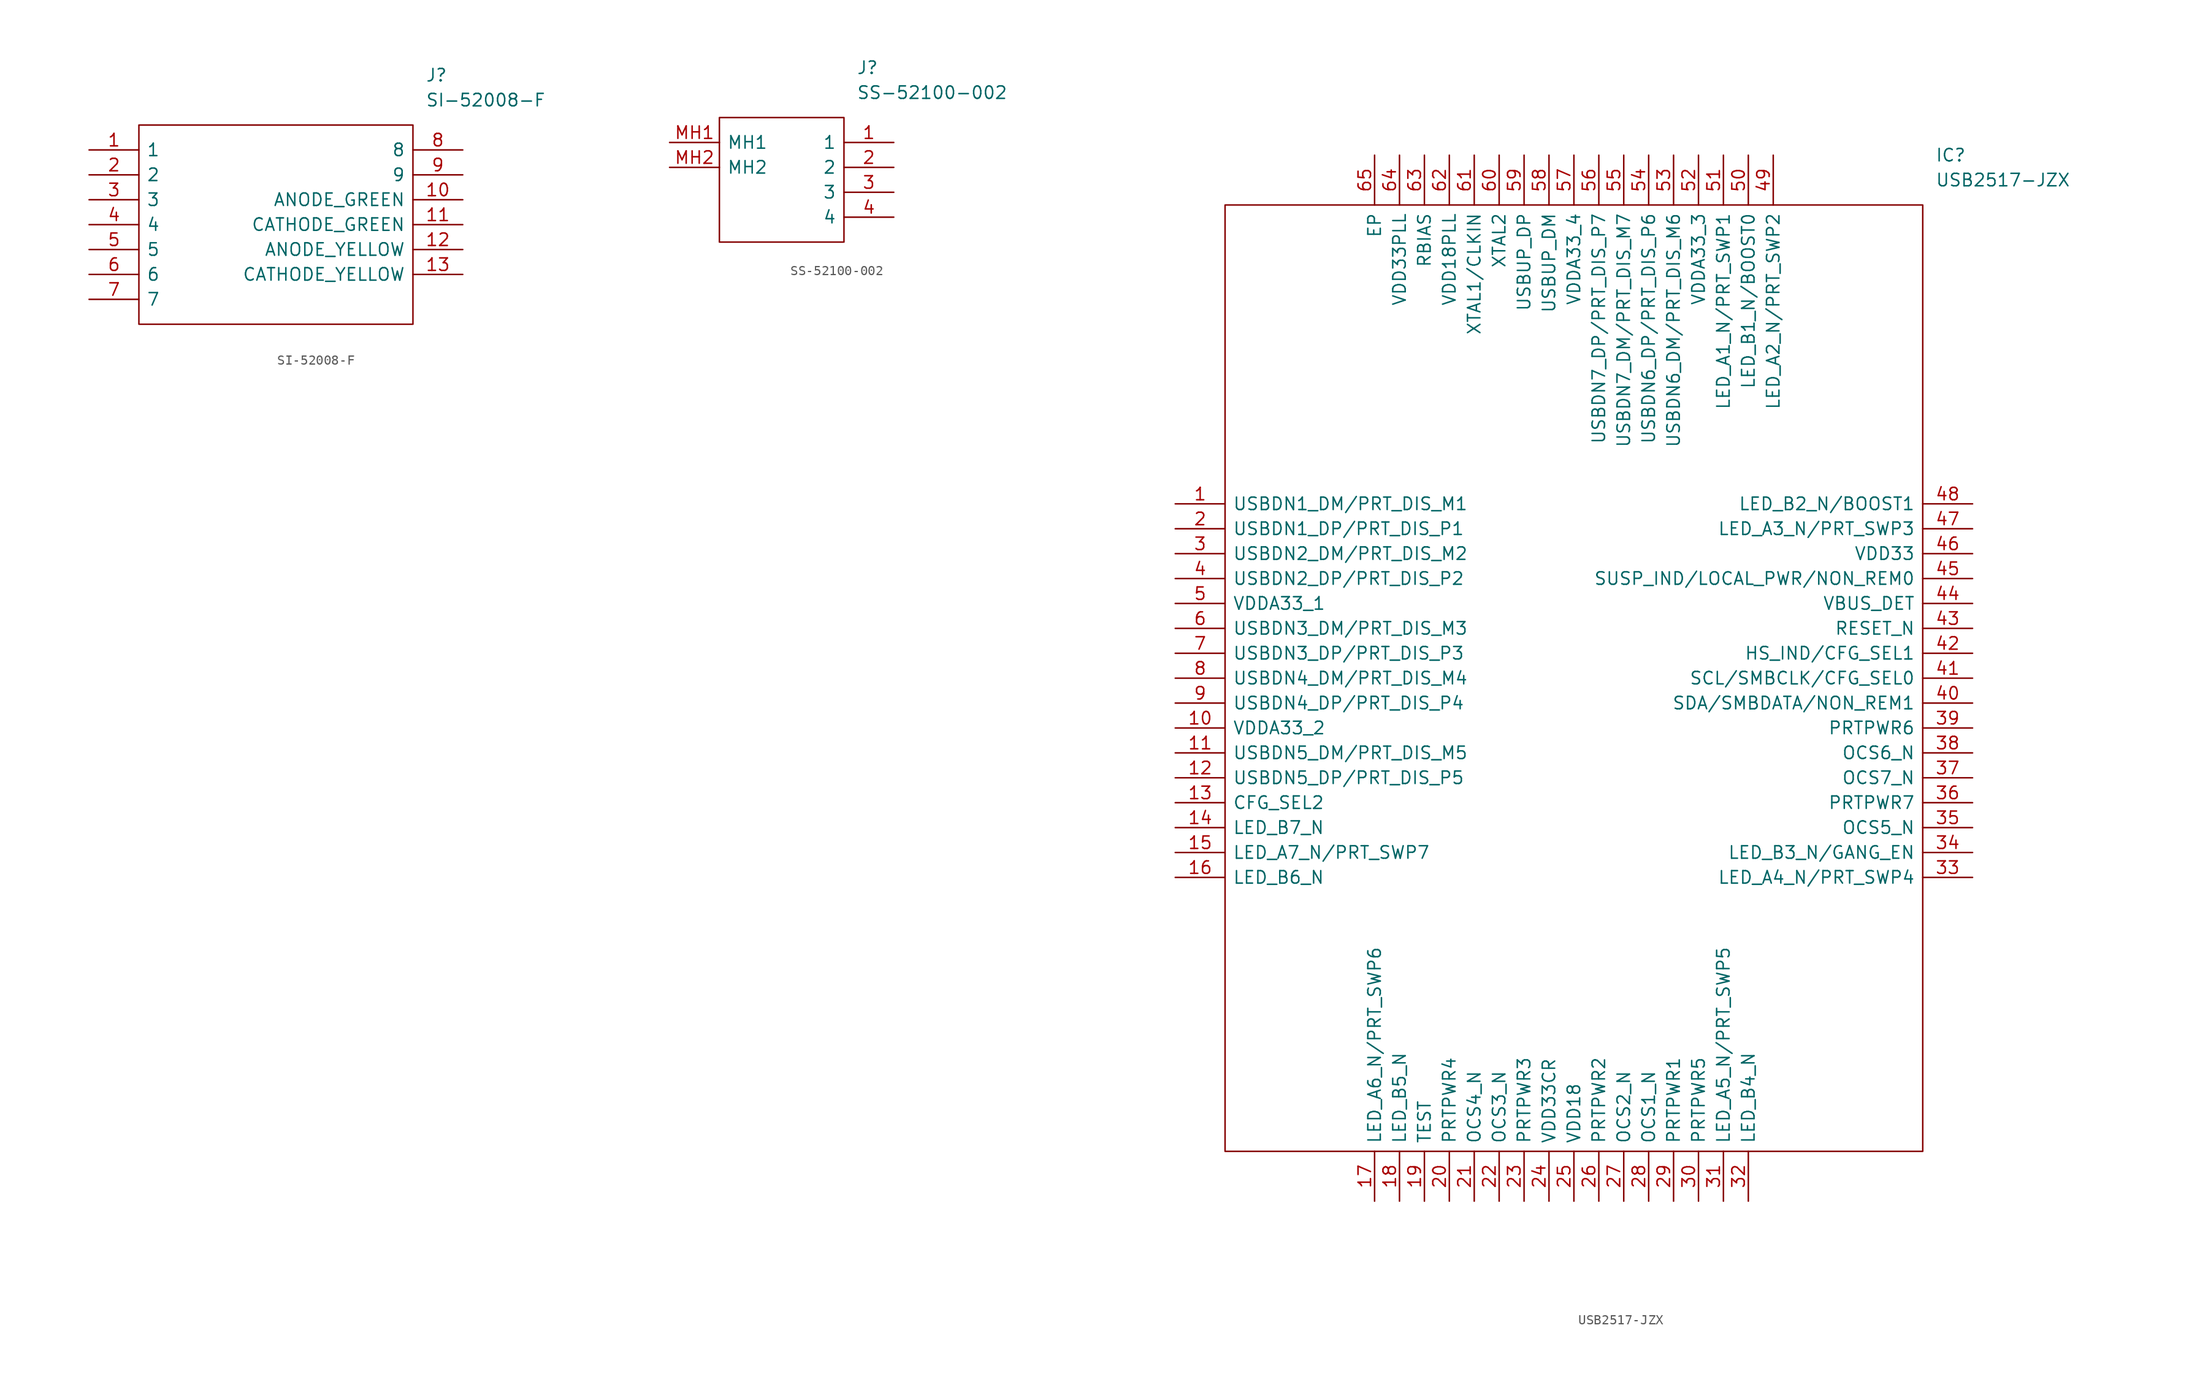
<source format=kicad_sym>
(kicad_symbol_lib
  (version 20201005)
  (generator kicad_symbol_editor)
  (symbol "CM4_MATX:SI-52008-F"
    (pin_names
      (offset 0.762))
    (property "Reference" "J"
      (at 34.29 7.62 0)
      (effects (font (size 1.27 1.27)) (justify left)))
    (property "Value" "SI-52008-F"
      (at 34.29 5.08 0)
      (effects (font (size 1.27 1.27)) (justify left)))
    (symbol "SI-52008-F_0_1"
      (polyline (pts (xy 5.08 2.54) (xy 33.02 2.54) (xy 33.02 -17.78) (xy 5.08 -17.78) (xy 5.08 2.54)) (stroke (width 0.152)) (fill (type none))))
    (symbol "SI-52008-F_0_0"
      (pin passive line (at 0 0 0) (length 5.08) (name "1" (effects (font (size 1.27 1.27)))) (number "1" (effects (font (size 1.27 1.27)))))
      (pin passive line (at 0 -2.54 0) (length 5.08) (name "2" (effects (font (size 1.27 1.27)))) (number "2" (effects (font (size 1.27 1.27)))))
      (pin passive line (at 0 -5.08 0) (length 5.08) (name "3" (effects (font (size 1.27 1.27)))) (number "3" (effects (font (size 1.27 1.27)))))
      (pin passive line (at 0 -7.62 0) (length 5.08) (name "4" (effects (font (size 1.27 1.27)))) (number "4" (effects (font (size 1.27 1.27)))))
      (pin passive line (at 0 -10.16 0) (length 5.08) (name "5" (effects (font (size 1.27 1.27)))) (number "5" (effects (font (size 1.27 1.27)))))
      (pin passive line (at 0 -12.7 0) (length 5.08) (name "6" (effects (font (size 1.27 1.27)))) (number "6" (effects (font (size 1.27 1.27)))))
      (pin passive line (at 0 -15.24 0) (length 5.08) (name "7" (effects (font (size 1.27 1.27)))) (number "7" (effects (font (size 1.27 1.27)))))
      (pin passive line (at 38.1 0 180) (length 5.08) (name "8" (effects (font (size 1.27 1.27)))) (number "8" (effects (font (size 1.27 1.27)))))
      (pin passive line (at 38.1 -2.54 180) (length 5.08) (name "9" (effects (font (size 1.27 1.27)))) (number "9" (effects (font (size 1.27 1.27)))))
      (pin passive line (at 38.1 -5.08 180) (length 5.08) (name "ANODE_GREEN" (effects (font (size 1.27 1.27)))) (number "10" (effects (font (size 1.27 1.27)))))
      (pin passive line (at 38.1 -7.62 180) (length 5.08) (name "CATHODE_GREEN" (effects (font (size 1.27 1.27)))) (number "11" (effects (font (size 1.27 1.27)))))
      (pin passive line (at 38.1 -10.16 180) (length 5.08) (name "ANODE_YELLOW" (effects (font (size 1.27 1.27)))) (number "12" (effects (font (size 1.27 1.27)))))
      (pin passive line (at 38.1 -12.7 180) (length 5.08) (name "CATHODE_YELLOW" (effects (font (size 1.27 1.27)))) (number "13" (effects (font (size 1.27 1.27)))))))
  (symbol "CM4_MATX:SS-52100-002"
    (pin_names
      (offset 0.762))
    (property "Reference" "J"
      (at 19.05 7.62 0)
      (effects (font (size 1.27 1.27)) (justify left)))
    (property "Value" "SS-52100-002"
      (at 19.05 5.08 0)
      (effects (font (size 1.27 1.27)) (justify left)))
    (symbol "SS-52100-002_0_1"
      (polyline (pts (xy 5.08 2.54) (xy 17.78 2.54) (xy 17.78 -10.16) (xy 5.08 -10.16) (xy 5.08 2.54)) (stroke (width 0.152)) (fill (type none))))
    (symbol "SS-52100-002_0_0"
      (pin passive line (at 22.86 0 180) (length 5.08) (name "1" (effects (font (size 1.27 1.27)))) (number "1" (effects (font (size 1.27 1.27)))))
      (pin passive line (at 22.86 -2.54 180) (length 5.08) (name "2" (effects (font (size 1.27 1.27)))) (number "2" (effects (font (size 1.27 1.27)))))
      (pin passive line (at 22.86 -5.08 180) (length 5.08) (name "3" (effects (font (size 1.27 1.27)))) (number "3" (effects (font (size 1.27 1.27)))))
      (pin passive line (at 22.86 -7.62 180) (length 5.08) (name "4" (effects (font (size 1.27 1.27)))) (number "4" (effects (font (size 1.27 1.27)))))
      (pin passive line (at 0 0 0) (length 5.08) (name "MH1" (effects (font (size 1.27 1.27)))) (number "MH1" (effects (font (size 1.27 1.27)))))
      (pin passive line (at 0 -2.54 0) (length 5.08) (name "MH2" (effects (font (size 1.27 1.27)))) (number "MH2" (effects (font (size 1.27 1.27)))))))
  (symbol "CM4_MATX:USB2517-JZX"
    (pin_names
      (offset 0.762))
    (property "Reference" "IC"
      (at 77.47 35.56 0)
      (effects (font (size 1.27 1.27)) (justify left)))
    (property "Value" "USB2517-JZX"
      (at 77.47 33.02 0)
      (effects (font (size 1.27 1.27)) (justify left)))
    (symbol "USB2517-JZX_0_1"
      (polyline (pts (xy 5.08 30.48) (xy 76.2 30.48) (xy 76.2 -66.04) (xy 5.08 -66.04) (xy 5.08 30.48)) (stroke (width 0.152)) (fill (type none))))
    (symbol "USB2517-JZX_0_0"
      (pin passive line (at 0 0 0) (length 5.08) (name "USBDN1_DM/PRT_DIS_M1" (effects (font (size 1.27 1.27)))) (number "1" (effects (font (size 1.27 1.27)))))
      (pin passive line (at 0 -2.54 0) (length 5.08) (name "USBDN1_DP/PRT_DIS_P1" (effects (font (size 1.27 1.27)))) (number "2" (effects (font (size 1.27 1.27)))))
      (pin passive line (at 0 -5.08 0) (length 5.08) (name "USBDN2_DM/PRT_DIS_M2" (effects (font (size 1.27 1.27)))) (number "3" (effects (font (size 1.27 1.27)))))
      (pin passive line (at 0 -7.62 0) (length 5.08) (name "USBDN2_DP/PRT_DIS_P2" (effects (font (size 1.27 1.27)))) (number "4" (effects (font (size 1.27 1.27)))))
      (pin power_in line (at 0 -10.16 0) (length 5.08) (name "VDDA33_1" (effects (font (size 1.27 1.27)))) (number "5" (effects (font (size 1.27 1.27)))))
      (pin passive line (at 0 -12.7 0) (length 5.08) (name "USBDN3_DM/PRT_DIS_M3" (effects (font (size 1.27 1.27)))) (number "6" (effects (font (size 1.27 1.27)))))
      (pin passive line (at 0 -15.24 0) (length 5.08) (name "USBDN3_DP/PRT_DIS_P3" (effects (font (size 1.27 1.27)))) (number "7" (effects (font (size 1.27 1.27)))))
      (pin passive line (at 0 -17.78 0) (length 5.08) (name "USBDN4_DM/PRT_DIS_M4" (effects (font (size 1.27 1.27)))) (number "8" (effects (font (size 1.27 1.27)))))
      (pin passive line (at 0 -20.32 0) (length 5.08) (name "USBDN4_DP/PRT_DIS_P4" (effects (font (size 1.27 1.27)))) (number "9" (effects (font (size 1.27 1.27)))))
      (pin power_in line (at 0 -22.86 0) (length 5.08) (name "VDDA33_2" (effects (font (size 1.27 1.27)))) (number "10" (effects (font (size 1.27 1.27)))))
      (pin passive line (at 0 -25.4 0) (length 5.08) (name "USBDN5_DM/PRT_DIS_M5" (effects (font (size 1.27 1.27)))) (number "11" (effects (font (size 1.27 1.27)))))
      (pin passive line (at 0 -27.94 0) (length 5.08) (name "USBDN5_DP/PRT_DIS_P5" (effects (font (size 1.27 1.27)))) (number "12" (effects (font (size 1.27 1.27)))))
      (pin passive line (at 0 -30.48 0) (length 5.08) (name "CFG_SEL2" (effects (font (size 1.27 1.27)))) (number "13" (effects (font (size 1.27 1.27)))))
      (pin passive line (at 0 -33.02 0) (length 5.08) (name "LED_B7_N" (effects (font (size 1.27 1.27)))) (number "14" (effects (font (size 1.27 1.27)))))
      (pin passive line (at 0 -35.56 0) (length 5.08) (name "LED_A7_N/PRT_SWP7" (effects (font (size 1.27 1.27)))) (number "15" (effects (font (size 1.27 1.27)))))
      (pin passive line (at 0 -38.1 0) (length 5.08) (name "LED_B6_N" (effects (font (size 1.27 1.27)))) (number "16" (effects (font (size 1.27 1.27)))))
      (pin passive line (at 20.32 -71.12 90) (length 5.08) (name "LED_A6_N/PRT_SWP6" (effects (font (size 1.27 1.27)))) (number "17" (effects (font (size 1.27 1.27)))))
      (pin passive line (at 22.86 -71.12 90) (length 5.08) (name "LED_B5_N" (effects (font (size 1.27 1.27)))) (number "18" (effects (font (size 1.27 1.27)))))
      (pin passive line (at 25.4 -71.12 90) (length 5.08) (name "TEST" (effects (font (size 1.27 1.27)))) (number "19" (effects (font (size 1.27 1.27)))))
      (pin passive line (at 27.94 -71.12 90) (length 5.08) (name "PRTPWR4" (effects (font (size 1.27 1.27)))) (number "20" (effects (font (size 1.27 1.27)))))
      (pin input line (at 30.48 -71.12 90) (length 5.08) (name "OCS4_N" (effects (font (size 1.27 1.27)))) (number "21" (effects (font (size 1.27 1.27)))))
      (pin input line (at 33.02 -71.12 90) (length 5.08) (name "OCS3_N" (effects (font (size 1.27 1.27)))) (number "22" (effects (font (size 1.27 1.27)))))
      (pin passive line (at 35.56 -71.12 90) (length 5.08) (name "PRTPWR3" (effects (font (size 1.27 1.27)))) (number "23" (effects (font (size 1.27 1.27)))))
      (pin power_in line (at 38.1 -71.12 90) (length 5.08) (name "VDD33CR" (effects (font (size 1.27 1.27)))) (number "24" (effects (font (size 1.27 1.27)))))
      (pin power_in line (at 40.64 -71.12 90) (length 5.08) (name "VDD18" (effects (font (size 1.27 1.27)))) (number "25" (effects (font (size 1.27 1.27)))))
      (pin passive line (at 43.18 -71.12 90) (length 5.08) (name "PRTPWR2" (effects (font (size 1.27 1.27)))) (number "26" (effects (font (size 1.27 1.27)))))
      (pin input line (at 45.72 -71.12 90) (length 5.08) (name "OCS2_N" (effects (font (size 1.27 1.27)))) (number "27" (effects (font (size 1.27 1.27)))))
      (pin input line (at 48.26 -71.12 90) (length 5.08) (name "OCS1_N" (effects (font (size 1.27 1.27)))) (number "28" (effects (font (size 1.27 1.27)))))
      (pin passive line (at 50.8 -71.12 90) (length 5.08) (name "PRTPWR1" (effects (font (size 1.27 1.27)))) (number "29" (effects (font (size 1.27 1.27)))))
      (pin passive line (at 53.34 -71.12 90) (length 5.08) (name "PRTPWR5" (effects (font (size 1.27 1.27)))) (number "30" (effects (font (size 1.27 1.27)))))
      (pin passive line (at 55.88 -71.12 90) (length 5.08) (name "LED_A5_N/PRT_SWP5" (effects (font (size 1.27 1.27)))) (number "31" (effects (font (size 1.27 1.27)))))
      (pin passive line (at 58.42 -71.12 90) (length 5.08) (name "LED_B4_N" (effects (font (size 1.27 1.27)))) (number "32" (effects (font (size 1.27 1.27)))))
      (pin passive line (at 81.28 0 180) (length 5.08) (name "LED_B2_N/BOOST1" (effects (font (size 1.27 1.27)))) (number "48" (effects (font (size 1.27 1.27)))))
      (pin passive line (at 81.28 -2.54 180) (length 5.08) (name "LED_A3_N/PRT_SWP3" (effects (font (size 1.27 1.27)))) (number "47" (effects (font (size 1.27 1.27)))))
      (pin power_in line (at 81.28 -5.08 180) (length 5.08) (name "VDD33" (effects (font (size 1.27 1.27)))) (number "46" (effects (font (size 1.27 1.27)))))
      (pin input line (at 81.28 -7.62 180) (length 5.08) (name "SUSP_IND/LOCAL_PWR/NON_REM0" (effects (font (size 1.27 1.27)))) (number "45" (effects (font (size 1.27 1.27)))))
      (pin passive line (at 81.28 -10.16 180) (length 5.08) (name "VBUS_DET" (effects (font (size 1.27 1.27)))) (number "44" (effects (font (size 1.27 1.27)))))
      (pin passive line (at 81.28 -12.7 180) (length 5.08) (name "RESET_N" (effects (font (size 1.27 1.27)))) (number "43" (effects (font (size 1.27 1.27)))))
      (pin input line (at 81.28 -15.24 180) (length 5.08) (name "HS_IND/CFG_SEL1" (effects (font (size 1.27 1.27)))) (number "42" (effects (font (size 1.27 1.27)))))
      (pin input line (at 81.28 -17.78 180) (length 5.08) (name "SCL/SMBCLK/CFG_SEL0" (effects (font (size 1.27 1.27)))) (number "41" (effects (font (size 1.27 1.27)))))
      (pin passive line (at 81.28 -20.32 180) (length 5.08) (name "SDA/SMBDATA/NON_REM1" (effects (font (size 1.27 1.27)))) (number "40" (effects (font (size 1.27 1.27)))))
      (pin passive line (at 81.28 -22.86 180) (length 5.08) (name "PRTPWR6" (effects (font (size 1.27 1.27)))) (number "39" (effects (font (size 1.27 1.27)))))
      (pin input line (at 81.28 -25.4 180) (length 5.08) (name "OCS6_N" (effects (font (size 1.27 1.27)))) (number "38" (effects (font (size 1.27 1.27)))))
      (pin input line (at 81.28 -27.94 180) (length 5.08) (name "OCS7_N" (effects (font (size 1.27 1.27)))) (number "37" (effects (font (size 1.27 1.27)))))
      (pin passive line (at 81.28 -30.48 180) (length 5.08) (name "PRTPWR7" (effects (font (size 1.27 1.27)))) (number "36" (effects (font (size 1.27 1.27)))))
      (pin input line (at 81.28 -33.02 180) (length 5.08) (name "OCS5_N" (effects (font (size 1.27 1.27)))) (number "35" (effects (font (size 1.27 1.27)))))
      (pin passive line (at 81.28 -35.56 180) (length 5.08) (name "LED_B3_N/GANG_EN" (effects (font (size 1.27 1.27)))) (number "34" (effects (font (size 1.27 1.27)))))
      (pin passive line (at 81.28 -38.1 180) (length 5.08) (name "LED_A4_N/PRT_SWP4" (effects (font (size 1.27 1.27)))) (number "33" (effects (font (size 1.27 1.27)))))
      (pin passive line (at 20.32 35.56 270) (length 5.08) (name "EP" (effects (font (size 1.27 1.27)))) (number "65" (effects (font (size 1.27 1.27)))))
      (pin power_in line (at 22.86 35.56 270) (length 5.08) (name "VDD33PLL" (effects (font (size 1.27 1.27)))) (number "64" (effects (font (size 1.27 1.27)))))
      (pin passive line (at 25.4 35.56 270) (length 5.08) (name "RBIAS" (effects (font (size 1.27 1.27)))) (number "63" (effects (font (size 1.27 1.27)))))
      (pin power_in line (at 27.94 35.56 270) (length 5.08) (name "VDD18PLL" (effects (font (size 1.27 1.27)))) (number "62" (effects (font (size 1.27 1.27)))))
      (pin input line (at 30.48 35.56 270) (length 5.08) (name "XTAL1/CLKIN" (effects (font (size 1.27 1.27)))) (number "61" (effects (font (size 1.27 1.27)))))
      (pin passive line (at 33.02 35.56 270) (length 5.08) (name "XTAL2" (effects (font (size 1.27 1.27)))) (number "60" (effects (font (size 1.27 1.27)))))
      (pin passive line (at 35.56 35.56 270) (length 5.08) (name "USBUP_DP" (effects (font (size 1.27 1.27)))) (number "59" (effects (font (size 1.27 1.27)))))
      (pin passive line (at 38.1 35.56 270) (length 5.08) (name "USBUP_DM" (effects (font (size 1.27 1.27)))) (number "58" (effects (font (size 1.27 1.27)))))
      (pin power_in line (at 40.64 35.56 270) (length 5.08) (name "VDDA33_4" (effects (font (size 1.27 1.27)))) (number "57" (effects (font (size 1.27 1.27)))))
      (pin passive line (at 43.18 35.56 270) (length 5.08) (name "USBDN7_DP/PRT_DIS_P7" (effects (font (size 1.27 1.27)))) (number "56" (effects (font (size 1.27 1.27)))))
      (pin passive line (at 45.72 35.56 270) (length 5.08) (name "USBDN7_DM/PRT_DIS_M7" (effects (font (size 1.27 1.27)))) (number "55" (effects (font (size 1.27 1.27)))))
      (pin passive line (at 48.26 35.56 270) (length 5.08) (name "USBDN6_DP/PRT_DIS_P6" (effects (font (size 1.27 1.27)))) (number "54" (effects (font (size 1.27 1.27)))))
      (pin passive line (at 50.8 35.56 270) (length 5.08) (name "USBDN6_DM/PRT_DIS_M6" (effects (font (size 1.27 1.27)))) (number "53" (effects (font (size 1.27 1.27)))))
      (pin power_in line (at 53.34 35.56 270) (length 5.08) (name "VDDA33_3" (effects (font (size 1.27 1.27)))) (number "52" (effects (font (size 1.27 1.27)))))
      (pin passive line (at 55.88 35.56 270) (length 5.08) (name "LED_A1_N/PRT_SWP1" (effects (font (size 1.27 1.27)))) (number "51" (effects (font (size 1.27 1.27)))))
      (pin passive line (at 58.42 35.56 270) (length 5.08) (name "LED_B1_N/BOOST0" (effects (font (size 1.27 1.27)))) (number "50" (effects (font (size 1.27 1.27)))))
      (pin passive line (at 60.96 35.56 270) (length 5.08) (name "LED_A2_N/PRT_SWP2" (effects (font (size 1.27 1.27)))) (number "49" (effects (font (size 1.27 1.27))))))))
</source>
